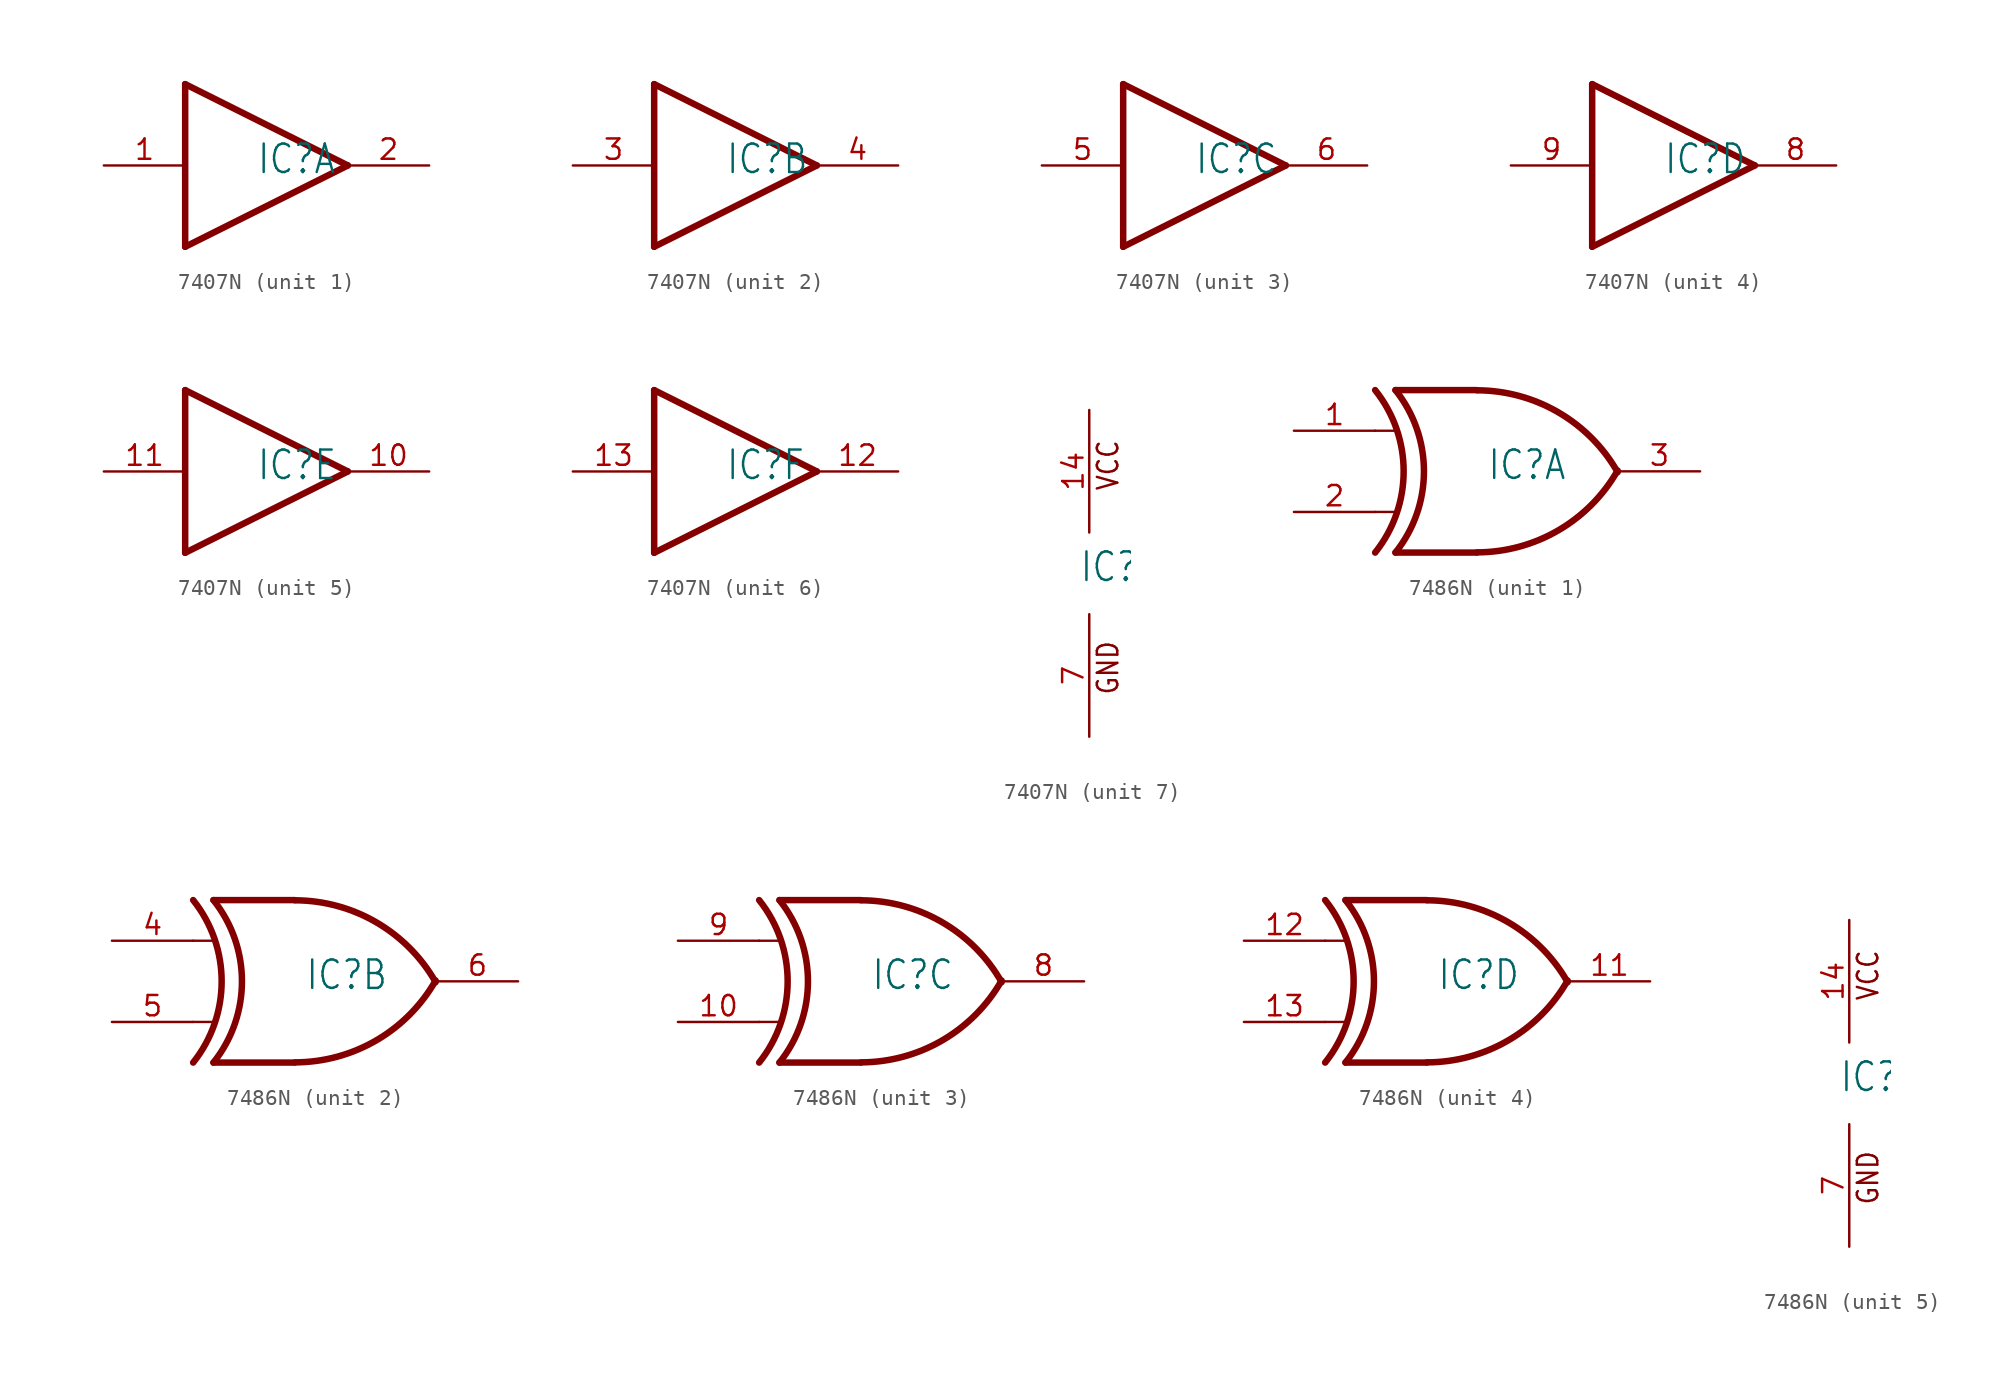
<source format=kicad_sym>
(kicad_symbol_lib
  (version 20220914)
  (generator kicad_symbol_editor)
  (symbol "7407N"
    (property "Reference" "IC"
      (at -0.635 -0.635 0)
      (effects (font (size 1.778 1.511)) (justify left bottom)))
    (property "ki_locked" ""
      (at 0 0 0)
      (effects (font (size 1.27 1.27))))
    (symbol "7407N_1_0"
      (polyline (pts (xy -5.08 -5.08) (xy -5.08 5.08)) (stroke (width 0.406) (type solid)) (fill (type none)))
      (polyline (pts (xy -5.08 5.08) (xy 5.08 0)) (stroke (width 0.406) (type solid)) (fill (type none)))
      (polyline (pts (xy 5.08 0) (xy -5.08 -5.08)) (stroke (width 0.406) (type solid)) (fill (type none)))
      (pin input line (at -10.16 0 0) (length 5.08) (name "I" (effects (font (size 0 0)))) (number "1" (effects (font (size 1.27 1.27)))))
      (pin open_collector line (at 10.16 0 180) (length 5.08) (name "O" (effects (font (size 0 0)))) (number "2" (effects (font (size 1.27 1.27))))))
    (symbol "7407N_2_0"
      (polyline (pts (xy -5.08 -5.08) (xy -5.08 5.08)) (stroke (width 0.406) (type solid)) (fill (type none)))
      (polyline (pts (xy -5.08 5.08) (xy 5.08 0)) (stroke (width 0.406) (type solid)) (fill (type none)))
      (polyline (pts (xy 5.08 0) (xy -5.08 -5.08)) (stroke (width 0.406) (type solid)) (fill (type none)))
      (pin input line (at -10.16 0 0) (length 5.08) (name "I" (effects (font (size 0 0)))) (number "3" (effects (font (size 1.27 1.27)))))
      (pin open_collector line (at 10.16 0 180) (length 5.08) (name "O" (effects (font (size 0 0)))) (number "4" (effects (font (size 1.27 1.27))))))
    (symbol "7407N_3_0"
      (polyline (pts (xy -5.08 -5.08) (xy -5.08 5.08)) (stroke (width 0.406) (type solid)) (fill (type none)))
      (polyline (pts (xy -5.08 5.08) (xy 5.08 0)) (stroke (width 0.406) (type solid)) (fill (type none)))
      (polyline (pts (xy 5.08 0) (xy -5.08 -5.08)) (stroke (width 0.406) (type solid)) (fill (type none)))
      (pin input line (at -10.16 0 0) (length 5.08) (name "I" (effects (font (size 0 0)))) (number "5" (effects (font (size 1.27 1.27)))))
      (pin open_collector line (at 10.16 0 180) (length 5.08) (name "O" (effects (font (size 0 0)))) (number "6" (effects (font (size 1.27 1.27))))))
    (symbol "7407N_4_0"
      (polyline (pts (xy -5.08 -5.08) (xy -5.08 5.08)) (stroke (width 0.406) (type solid)) (fill (type none)))
      (polyline (pts (xy -5.08 5.08) (xy 5.08 0)) (stroke (width 0.406) (type solid)) (fill (type none)))
      (polyline (pts (xy 5.08 0) (xy -5.08 -5.08)) (stroke (width 0.406) (type solid)) (fill (type none)))
      (pin open_collector line (at 10.16 0 180) (length 5.08) (name "O" (effects (font (size 0 0)))) (number "8" (effects (font (size 1.27 1.27)))))
      (pin input line (at -10.16 0 0) (length 5.08) (name "I" (effects (font (size 0 0)))) (number "9" (effects (font (size 1.27 1.27))))))
    (symbol "7407N_5_0"
      (polyline (pts (xy -5.08 -5.08) (xy -5.08 5.08)) (stroke (width 0.406) (type solid)) (fill (type none)))
      (polyline (pts (xy -5.08 5.08) (xy 5.08 0)) (stroke (width 0.406) (type solid)) (fill (type none)))
      (polyline (pts (xy 5.08 0) (xy -5.08 -5.08)) (stroke (width 0.406) (type solid)) (fill (type none)))
      (pin open_collector line (at 10.16 0 180) (length 5.08) (name "O" (effects (font (size 0 0)))) (number "10" (effects (font (size 1.27 1.27)))))
      (pin input line (at -10.16 0 0) (length 5.08) (name "I" (effects (font (size 0 0)))) (number "11" (effects (font (size 1.27 1.27))))))
    (symbol "7407N_6_0"
      (polyline (pts (xy -5.08 -5.08) (xy -5.08 5.08)) (stroke (width 0.406) (type solid)) (fill (type none)))
      (polyline (pts (xy -5.08 5.08) (xy 5.08 0)) (stroke (width 0.406) (type solid)) (fill (type none)))
      (polyline (pts (xy 5.08 0) (xy -5.08 -5.08)) (stroke (width 0.406) (type solid)) (fill (type none)))
      (pin open_collector line (at 10.16 0 180) (length 5.08) (name "O" (effects (font (size 0 0)))) (number "12" (effects (font (size 1.27 1.27)))))
      (pin input line (at -10.16 0 0) (length 5.08) (name "I" (effects (font (size 0 0)))) (number "13" (effects (font (size 1.27 1.27))))))
    (symbol "7407N_7_0"
      (text "GND" (at 1.905 -7.62 900) (effects (font (size 1.27 1.079)) (justify left bottom)))
      (text "VCC" (at 1.905 5.08 900) (effects (font (size 1.27 1.079)) (justify left bottom)))
      (pin power_in line (at 0 10.16 270) (length 7.62) (name "VCC" (effects (font (size 0 0)))) (number "14" (effects (font (size 1.27 1.27)))))
      (pin power_in line (at 0 -10.16 90) (length 7.62) (name "GND" (effects (font (size 0 0)))) (number "7" (effects (font (size 1.27 1.27)))))))
  (symbol "7486N"
    (property "Reference" "IC"
      (at -0.635 -0.635 0)
      (effects (font (size 1.778 1.511)) (justify left bottom)))
    (property "ki_locked" ""
      (at 0 0 0)
      (effects (font (size 1.27 1.27))))
    (symbol "7486N_1_0"
      (arc (start -7.6199 -5.0799) (mid -5.838 0.0001) (end -7.62 5.08) (stroke (width 0.4064) (type solid)) (fill (type none)))
      (arc (start -6.3499 -5.0799) (mid -4.568 0.0001) (end -6.35 5.08) (stroke (width 0.4064) (type solid)) (fill (type none)))
      (arc (start -1.2446 -5.0678) (mid 3.8371 -3.6891) (end 7.5439 0.0506) (stroke (width 0.4064) (type solid)) (fill (type none)))
      (polyline (pts (xy -7.62 -2.54) (xy -6.35 -2.54)) (stroke (width 0.152) (type solid)) (fill (type none)))
      (polyline (pts (xy -7.62 2.54) (xy -6.35 2.54)) (stroke (width 0.152) (type solid)) (fill (type none)))
      (polyline (pts (xy -1.27 -5.08) (xy -6.35 -5.08)) (stroke (width 0.406) (type solid)) (fill (type none)))
      (polyline (pts (xy -1.27 5.08) (xy -6.35 5.08)) (stroke (width 0.406) (type solid)) (fill (type none)))
      (arc (start 7.5441 -0.0504) (mid 3.8372 3.6892) (end -1.2446 5.0678) (stroke (width 0.4064) (type solid)) (fill (type none)))
      (pin input line (at -12.7 2.54 0) (length 5.08) (name "I0" (effects (font (size 0 0)))) (number "1" (effects (font (size 1.27 1.27)))))
      (pin input line (at -12.7 -2.54 0) (length 5.08) (name "I1" (effects (font (size 0 0)))) (number "2" (effects (font (size 1.27 1.27)))))
      (pin output line (at 12.7 0 180) (length 5.08) (name "O" (effects (font (size 0 0)))) (number "3" (effects (font (size 1.27 1.27))))))
    (symbol "7486N_2_0"
      (arc (start -7.6199 -5.0799) (mid -5.838 0.0001) (end -7.62 5.08) (stroke (width 0.4064) (type solid)) (fill (type none)))
      (arc (start -6.3499 -5.0799) (mid -4.568 0.0001) (end -6.35 5.08) (stroke (width 0.4064) (type solid)) (fill (type none)))
      (arc (start -1.2446 -5.0678) (mid 3.8371 -3.6891) (end 7.5439 0.0506) (stroke (width 0.4064) (type solid)) (fill (type none)))
      (polyline (pts (xy -7.62 -2.54) (xy -6.35 -2.54)) (stroke (width 0.152) (type solid)) (fill (type none)))
      (polyline (pts (xy -7.62 2.54) (xy -6.35 2.54)) (stroke (width 0.152) (type solid)) (fill (type none)))
      (polyline (pts (xy -1.27 -5.08) (xy -6.35 -5.08)) (stroke (width 0.406) (type solid)) (fill (type none)))
      (polyline (pts (xy -1.27 5.08) (xy -6.35 5.08)) (stroke (width 0.406) (type solid)) (fill (type none)))
      (arc (start 7.5441 -0.0504) (mid 3.8372 3.6892) (end -1.2446 5.0678) (stroke (width 0.4064) (type solid)) (fill (type none)))
      (pin input line (at -12.7 2.54 0) (length 5.08) (name "I0" (effects (font (size 0 0)))) (number "4" (effects (font (size 1.27 1.27)))))
      (pin input line (at -12.7 -2.54 0) (length 5.08) (name "I1" (effects (font (size 0 0)))) (number "5" (effects (font (size 1.27 1.27)))))
      (pin output line (at 12.7 0 180) (length 5.08) (name "O" (effects (font (size 0 0)))) (number "6" (effects (font (size 1.27 1.27))))))
    (symbol "7486N_3_0"
      (arc (start -7.6199 -5.0799) (mid -5.838 0.0001) (end -7.62 5.08) (stroke (width 0.4064) (type solid)) (fill (type none)))
      (arc (start -6.3499 -5.0799) (mid -4.568 0.0001) (end -6.35 5.08) (stroke (width 0.4064) (type solid)) (fill (type none)))
      (arc (start -1.2446 -5.0678) (mid 3.8371 -3.6891) (end 7.5439 0.0506) (stroke (width 0.4064) (type solid)) (fill (type none)))
      (polyline (pts (xy -7.62 -2.54) (xy -6.35 -2.54)) (stroke (width 0.152) (type solid)) (fill (type none)))
      (polyline (pts (xy -7.62 2.54) (xy -6.35 2.54)) (stroke (width 0.152) (type solid)) (fill (type none)))
      (polyline (pts (xy -1.27 -5.08) (xy -6.35 -5.08)) (stroke (width 0.406) (type solid)) (fill (type none)))
      (polyline (pts (xy -1.27 5.08) (xy -6.35 5.08)) (stroke (width 0.406) (type solid)) (fill (type none)))
      (arc (start 7.5441 -0.0504) (mid 3.8372 3.6892) (end -1.2446 5.0678) (stroke (width 0.4064) (type solid)) (fill (type none)))
      (pin input line (at -12.7 -2.54 0) (length 5.08) (name "I1" (effects (font (size 0 0)))) (number "10" (effects (font (size 1.27 1.27)))))
      (pin output line (at 12.7 0 180) (length 5.08) (name "O" (effects (font (size 0 0)))) (number "8" (effects (font (size 1.27 1.27)))))
      (pin input line (at -12.7 2.54 0) (length 5.08) (name "I0" (effects (font (size 0 0)))) (number "9" (effects (font (size 1.27 1.27))))))
    (symbol "7486N_4_0"
      (arc (start -7.6199 -5.0799) (mid -5.838 0.0001) (end -7.62 5.08) (stroke (width 0.4064) (type solid)) (fill (type none)))
      (arc (start -6.3499 -5.0799) (mid -4.568 0.0001) (end -6.35 5.08) (stroke (width 0.4064) (type solid)) (fill (type none)))
      (arc (start -1.2446 -5.0678) (mid 3.8371 -3.6891) (end 7.5439 0.0506) (stroke (width 0.4064) (type solid)) (fill (type none)))
      (polyline (pts (xy -7.62 -2.54) (xy -6.35 -2.54)) (stroke (width 0.152) (type solid)) (fill (type none)))
      (polyline (pts (xy -7.62 2.54) (xy -6.35 2.54)) (stroke (width 0.152) (type solid)) (fill (type none)))
      (polyline (pts (xy -1.27 -5.08) (xy -6.35 -5.08)) (stroke (width 0.406) (type solid)) (fill (type none)))
      (polyline (pts (xy -1.27 5.08) (xy -6.35 5.08)) (stroke (width 0.406) (type solid)) (fill (type none)))
      (arc (start 7.5441 -0.0504) (mid 3.8372 3.6892) (end -1.2446 5.0678) (stroke (width 0.4064) (type solid)) (fill (type none)))
      (pin output line (at 12.7 0 180) (length 5.08) (name "O" (effects (font (size 0 0)))) (number "11" (effects (font (size 1.27 1.27)))))
      (pin input line (at -12.7 2.54 0) (length 5.08) (name "I0" (effects (font (size 0 0)))) (number "12" (effects (font (size 1.27 1.27)))))
      (pin input line (at -12.7 -2.54 0) (length 5.08) (name "I1" (effects (font (size 0 0)))) (number "13" (effects (font (size 1.27 1.27))))))
    (symbol "7486N_5_0"
      (text "GND" (at 1.905 -7.62 900) (effects (font (size 1.27 1.079)) (justify left bottom)))
      (text "VCC" (at 1.905 5.08 900) (effects (font (size 1.27 1.079)) (justify left bottom)))
      (pin power_in line (at 0 10.16 270) (length 7.62) (name "VCC" (effects (font (size 0 0)))) (number "14" (effects (font (size 1.27 1.27)))))
      (pin power_in line (at 0 -10.16 90) (length 7.62) (name "GND" (effects (font (size 0 0)))) (number "7" (effects (font (size 1.27 1.27))))))))
</source>
